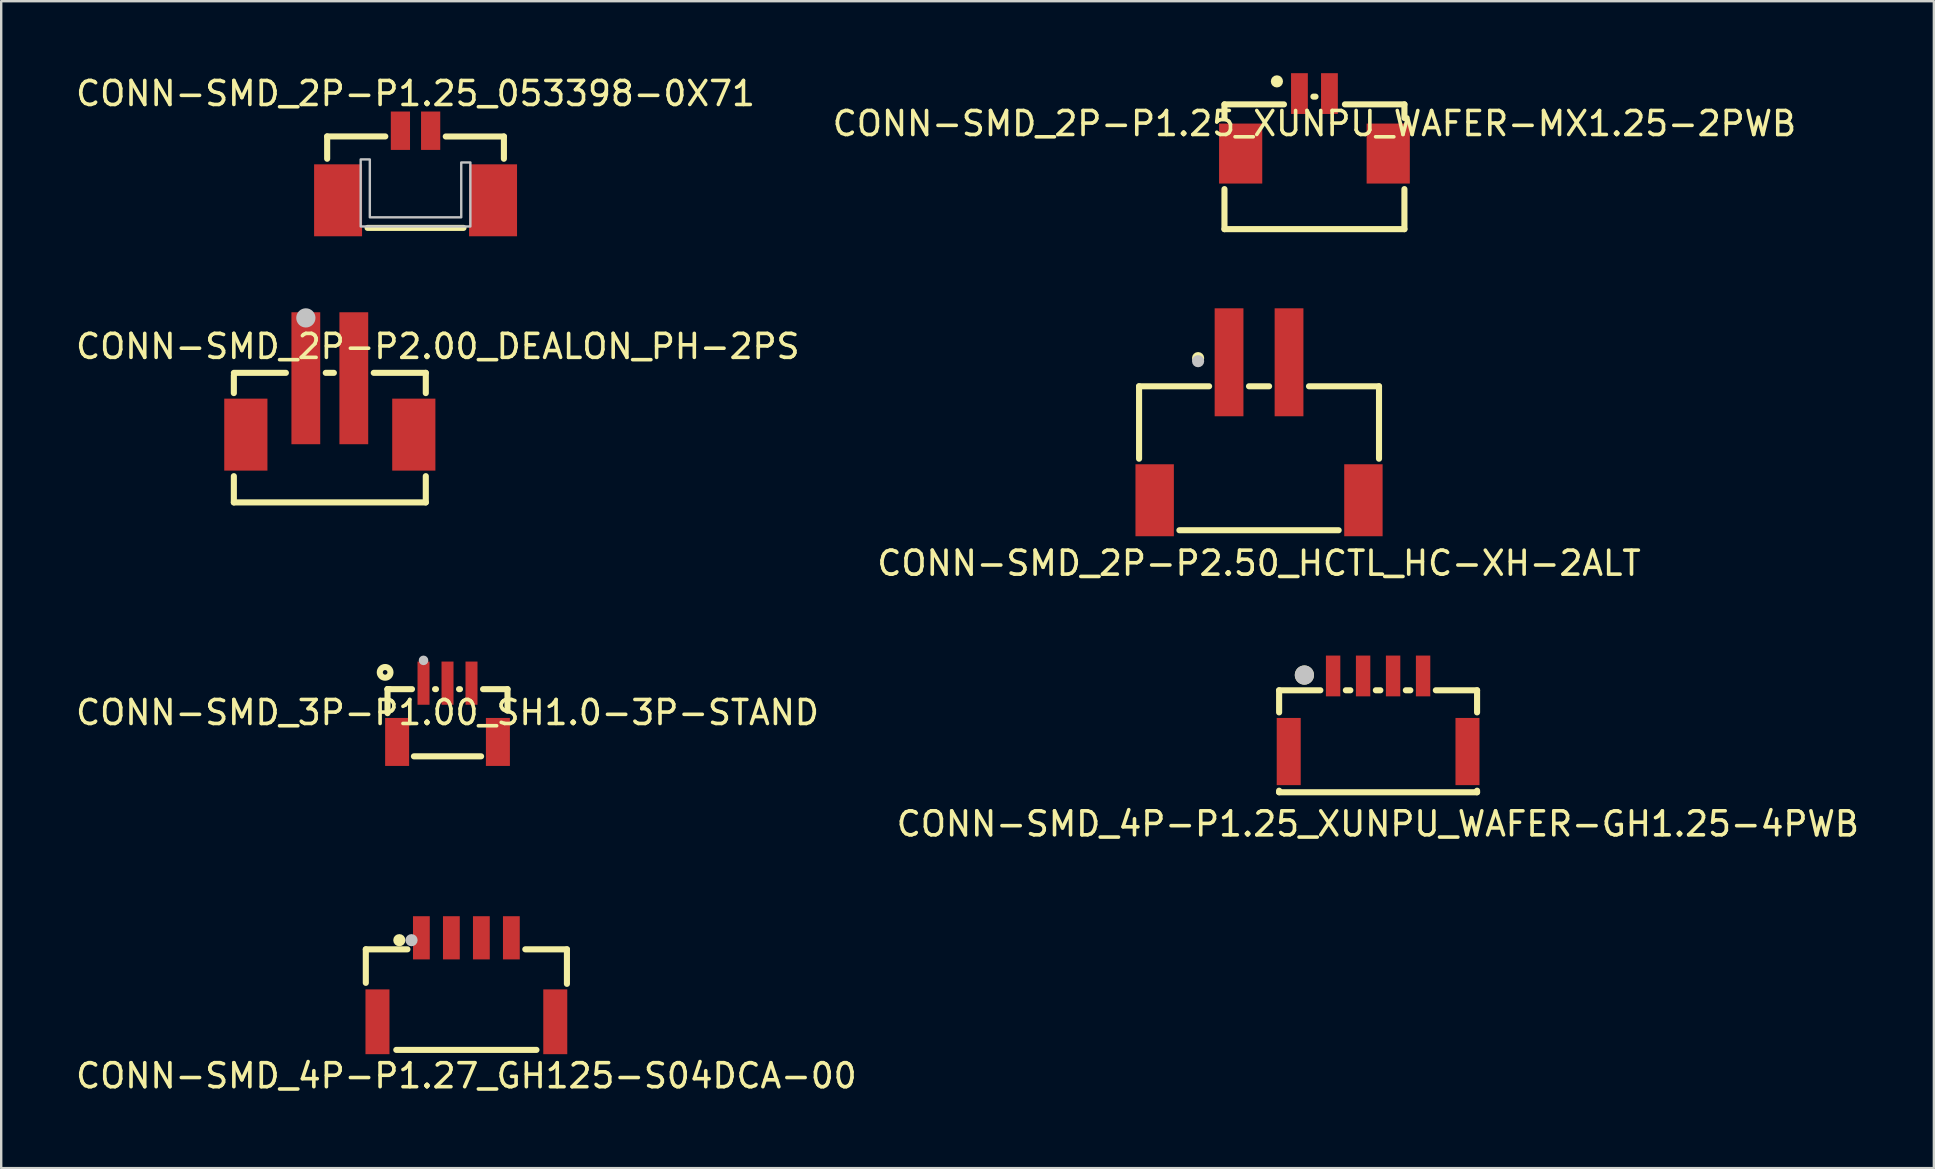
<source format=kicad_pcb>
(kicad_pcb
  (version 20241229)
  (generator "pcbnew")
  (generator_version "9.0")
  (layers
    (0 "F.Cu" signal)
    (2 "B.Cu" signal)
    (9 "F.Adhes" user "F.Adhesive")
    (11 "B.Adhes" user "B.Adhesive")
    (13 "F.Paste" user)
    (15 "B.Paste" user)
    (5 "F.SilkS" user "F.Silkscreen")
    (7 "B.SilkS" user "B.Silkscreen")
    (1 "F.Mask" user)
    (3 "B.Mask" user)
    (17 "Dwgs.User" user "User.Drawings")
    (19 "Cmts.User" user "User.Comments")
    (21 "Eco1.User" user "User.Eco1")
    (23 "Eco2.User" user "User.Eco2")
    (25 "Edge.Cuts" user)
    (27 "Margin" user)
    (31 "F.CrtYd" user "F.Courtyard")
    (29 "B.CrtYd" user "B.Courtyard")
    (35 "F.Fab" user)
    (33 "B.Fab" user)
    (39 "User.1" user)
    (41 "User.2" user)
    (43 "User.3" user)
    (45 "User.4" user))
  (footprint "CONN-SMD_2P-P1.25_053398-0X71"
    (layer "F.Cu")
    (at 14.268 3.848)
    (property "Reference" "CONN-SMD_2P-P1.25_053398-0X71" (at 0 -3 0) (layer "F.SilkS") (effects (font (size 1 1) (thickness 0.15))))
    (fp_line (start -3.683 -1.212) (end -3.683 -0.282) (stroke (width 0.254) (type default)) (layer "F.SilkS"))
    (fp_line (start -1.999 2.601) (end 1.999 2.601) (stroke (width 0.254) (type default)) (layer "F.SilkS"))
    (fp_line (start -1.26 -1.212) (end -3.683 -1.212) (stroke (width 0.254) (type default)) (layer "F.SilkS"))
    (fp_line (start 3.683 -1.209) (end 1.26 -1.209) (stroke (width 0.254) (type default)) (layer "F.SilkS"))
    (fp_line (start 3.683 -0.282) (end 3.683 -1.209) (stroke (width 0.254) (type default)) (layer "F.SilkS"))
    (fp_poly (pts (xy -2.286 -0.254) (xy -1.905 -0.254) (xy -1.905 2.159) (xy 1.905 2.159) (xy 1.905 -0.127) (xy 2.286 -0.127) (xy 2.286 2.54) (xy -2.286 2.54)) (stroke (width 0.1) (type default)) (fill no) (layer "Dwgs.User"))
    (fp_poly (pts (xy -2.324 0.35) (xy -2.324 2.55) (xy -3.825 2.55) (xy -3.825 0.35)) (stroke (width 0.1) (type default)) (fill no) (layer "User.1"))
    (fp_poly (pts (xy -0.47 -1.646) (xy -0.47 -0.996) (xy -0.79 -0.996) (xy -0.79 -1.646)) (stroke (width 0.1) (type default)) (fill no) (layer "User.1"))
    (fp_poly (pts (xy 0.79 -1.646) (xy 0.79 -0.996) (xy 0.47 -0.996) (xy 0.47 -1.646)) (stroke (width 0.1) (type default)) (fill no) (layer "User.1"))
    (fp_poly (pts (xy 3.825 0.35) (xy 3.825 2.55) (xy 2.324 2.55) (xy 2.324 0.35)) (stroke (width 0.1) (type default)) (fill no) (layer "User.1"))
    (fp_line (start -3.624 -1.145) (end 3.624 -1.145) (stroke (width 0.051) (type default)) (layer "User.2"))
    (fp_line (start -3.624 2.555) (end -3.624 -1.145) (stroke (width 0.051) (type default)) (layer "User.2"))
    (fp_line (start 3.624 -1.145) (end 3.624 2.555) (stroke (width 0.051) (type default)) (layer "User.2"))
    (fp_line (start 3.624 2.555) (end -3.624 2.555) (stroke (width 0.051) (type default)) (layer "User.2"))
    (fp_poly (pts (xy -3.764 -1.646) (xy -3.782 -1.689) (xy -3.825 -1.707) (xy -3.868 -1.689) (xy -3.886 -1.646) (xy -3.868 -1.603) (xy -3.825 -1.585) (xy -3.782 -1.603)) (stroke (width 0.1) (type default)) (fill no) (layer "User.3"))
    (pad "1" smd rect (at -0.63 -1.45 90) (size 1.6 0.8) (layers "F.Cu" "F.Mask" "F.Paste"))
    (pad "2" smd rect (at 0.63 -1.45 90) (size 1.6 0.8) (layers "F.Cu" "F.Mask" "F.Paste"))
    (pad "3" smd rect (at 3.231 1.45 90) (size 2.999 1.999) (layers "F.Cu" "F.Mask" "F.Paste"))
    (pad "4" smd rect (at -3.228 1.45 90) (size 2.999 1.999) (layers "F.Cu" "F.Mask" "F.Paste")))
  (footprint "CONN-SMD_2P-P2.50_HCTL_HC-XH-2ALT"
    (layer "F.Cu")
    (at 49.423 14.924)
    (property "Reference" "CONN-SMD_2P-P2.50_HCTL_HC-XH-2ALT" (at 0 5.5 0) (layer "F.SilkS") (effects (font (size 1 1) (thickness 0.15))))
    (fp_line (start -5 -1.875) (end -5 1.144) (stroke (width 0.254) (type default)) (layer "F.SilkS"))
    (fp_line (start -5 -1.875) (end -2.081 -1.875) (stroke (width 0.254) (type default)) (layer "F.SilkS"))
    (fp_line (start -3.319 4.125) (end 3.319 4.125) (stroke (width 0.254) (type default)) (layer "F.SilkS"))
    (fp_line (start -0.419 -1.875) (end 0.419 -1.875) (stroke (width 0.254) (type default)) (layer "F.SilkS"))
    (fp_line (start 2.081 -1.875) (end 5 -1.875) (stroke (width 0.254) (type default)) (layer "F.SilkS"))
    (fp_line (start 5 -1.875) (end 5 1.144) (stroke (width 0.254) (type default)) (layer "F.SilkS"))
    (fp_circle (center -2.54 -3.048) (end -2.413 -3.048) (stroke (width 0.254) (type default)) (fill no) (layer "F.SilkS"))
    (fp_circle (center -2.54 -2.921) (end -2.413 -2.921) (stroke (width 0.254) (type default)) (fill no) (layer "Dwgs.User"))
    (fp_poly (pts (xy -4.85 1.875) (xy -3.85 1.875) (xy -3.85 3.875) (xy -4.85 3.875)) (stroke (width 0.1) (type default)) (fill no) (layer "User.1"))
    (fp_poly (pts (xy -1.57 -4.275) (xy -0.93 -4.275) (xy -0.93 -1.275) (xy -1.57 -1.275)) (stroke (width 0.1) (type default)) (fill no) (layer "User.1"))
    (fp_poly (pts (xy 0.93 -4.275) (xy 1.57 -4.275) (xy 1.57 -1.275) (xy 0.93 -1.275)) (stroke (width 0.1) (type default)) (fill no) (layer "User.1"))
    (fp_poly (pts (xy 3.85 1.875) (xy 4.85 1.875) (xy 4.85 3.875) (xy 3.85 3.875)) (stroke (width 0.1) (type default)) (fill no) (layer "User.1"))
    (fp_line (start -5 -1.875) (end 5 -1.875) (stroke (width 0.051) (type default)) (layer "User.2"))
    (fp_line (start -5 4.125) (end -5 -1.875) (stroke (width 0.051) (type default)) (layer "User.2"))
    (fp_line (start 5 -1.875) (end 5 4.125) (stroke (width 0.051) (type default)) (layer "User.2"))
    (fp_line (start 5 4.125) (end -5 4.125) (stroke (width 0.051) (type default)) (layer "User.2"))
    (fp_poly (pts (xy -4.94 -4.275) (xy -4.958 -4.317) (xy -5 -4.335) (xy -5.042 -4.317) (xy -5.06 -4.275) (xy -5.042 -4.233) (xy -5 -4.215) (xy -4.958 -4.233)) (stroke (width 0.1) (type default)) (fill no) (layer "User.3"))
    (pad "1" smd rect (at -1.25 -2.875) (size 1.2 4.5) (layers "F.Cu" "F.Mask" "F.Paste"))
    (pad "2" smd rect (at 1.25 -2.875) (size 1.2 4.5) (layers "F.Cu" "F.Mask" "F.Paste"))
    (pad "3" smd rect (at 4.35 2.875) (size 1.6 3) (layers "F.Cu" "F.Mask" "F.Paste"))
    (pad "4" smd rect (at -4.35 2.875) (size 1.6 3) (layers "F.Cu" "F.Mask" "F.Paste")))
  (footprint "CONN-SMD_2P-P2.00_DEALON_PH-2PS"
    (layer "F.Cu")
    (at 10.696 13.889)
    (property "Reference" "CONN-SMD_2P-P2.00_DEALON_PH-2PS" (at 4.5 -2.5 0) (layer "F.SilkS") (effects (font (size 1 1) (thickness 0.15))))
    (fp_line (start -4 -1.4) (end -1.831 -1.4) (stroke (width 0.254) (type default)) (layer "F.SilkS"))
    (fp_line (start -4 -0.556) (end -4 -1.3) (stroke (width 0.254) (type default)) (layer "F.SilkS"))
    (fp_line (start -4 4) (end -4 2.906) (stroke (width 0.254) (type default)) (layer "F.SilkS"))
    (fp_line (start -0.169 -1.4) (end 0.169 -1.4) (stroke (width 0.254) (type default)) (layer "F.SilkS"))
    (fp_line (start 1.831 -1.4) (end 4 -1.4) (stroke (width 0.254) (type default)) (layer "F.SilkS"))
    (fp_line (start 4 -1.4) (end 4 -0.556) (stroke (width 0.254) (type default)) (layer "F.SilkS"))
    (fp_line (start 4 2.906) (end 4 4) (stroke (width 0.254) (type default)) (layer "F.SilkS"))
    (fp_line (start 4 4) (end -4 4) (stroke (width 0.254) (type default)) (layer "F.SilkS"))
    (fp_circle (center -0.999 -3.69) (end -0.798 -3.69) (stroke (width 0.4) (type default)) (fill no) (layer "Dwgs.User"))
    (fp_poly (pts (xy -3.975 0.175) (xy -2.775 0.175) (xy -2.775 2.175) (xy -3.975 2.175)) (stroke (width 0.1) (type default)) (fill no) (layer "User.1"))
    (fp_poly (pts (xy -1.25 -3.393) (xy -0.75 -3.393) (xy -0.75 0.608) (xy -1.25 0.608)) (stroke (width 0.1) (type default)) (fill no) (layer "User.1"))
    (fp_poly (pts (xy 0.75 -3.393) (xy 1.25 -3.393) (xy 1.25 0.608) (xy 0.75 0.608)) (stroke (width 0.1) (type default)) (fill no) (layer "User.1"))
    (fp_poly (pts (xy 2.775 0.175) (xy 3.975 0.175) (xy 3.975 2.175) (xy 2.775 2.175)) (stroke (width 0.1) (type default)) (fill no) (layer "User.1"))
    (fp_line (start -3.975 -1.405) (end 3.975 -1.405) (stroke (width 0.051) (type default)) (layer "User.2"))
    (fp_line (start -3.975 3.995) (end -3.975 -1.405) (stroke (width 0.051) (type default)) (layer "User.2"))
    (fp_line (start 3.975 -1.405) (end 3.975 3.995) (stroke (width 0.051) (type default)) (layer "User.2"))
    (fp_line (start 3.975 3.995) (end -3.975 3.995) (stroke (width 0.051) (type default)) (layer "User.2"))
    (fp_poly (pts (xy -3.915 -3.393) (xy -3.933 -3.435) (xy -3.975 -3.453) (xy -4.017 -3.435) (xy -4.035 -3.393) (xy -4.017 -3.35) (xy -3.975 -3.333) (xy -3.933 -3.35)) (stroke (width 0.1) (type default)) (fill no) (layer "User.3"))
    (pad "1" smd rect (at -1 -1.175) (size 1.2 5.5) (layers "F.Cu" "F.Mask" "F.Paste"))
    (pad "2" smd rect (at 1 -1.175) (size 1.2 5.5) (layers "F.Cu" "F.Mask" "F.Paste"))
    (pad "3" smd rect (at -3.5 1.175) (size 1.8 3) (layers "F.Cu" "F.Mask" "F.Paste"))
    (pad "4" smd rect (at 3.5 1.175) (size 1.8 3) (layers "F.Cu" "F.Mask" "F.Paste")))
  (footprint "CONN-SMD_4P-P1.25_XUNPU_WAFER-GH1.25-4PWB"
    (layer "F.Cu")
    (at 54.385 26.697)
    (property "Reference" "CONN-SMD_4P-P1.25_XUNPU_WAFER-GH1.25-4PWB" (at -0.01 4.59 0) (layer "F.SilkS") (effects (font (size 1 1) (thickness 0.15))))
    (fp_line (start -4.125 -0.978) (end -2.406 -0.978) (stroke (width 0.254) (type default)) (layer "F.SilkS"))
    (fp_line (start -4.125 -0.056) (end -4.125 -0.978) (stroke (width 0.254) (type default)) (layer "F.SilkS"))
    (fp_line (start -4.125 3.272) (end -4.125 3.206) (stroke (width 0.254) (type default)) (layer "F.SilkS"))
    (fp_line (start -4.125 3.272) (end 4.125 3.272) (stroke (width 0.254) (type default)) (layer "F.SilkS"))
    (fp_line (start -1.344 -0.978) (end -1.156 -0.978) (stroke (width 0.254) (type default)) (layer "F.SilkS"))
    (fp_line (start -0.094 -0.978) (end 0.094 -0.978) (stroke (width 0.254) (type default)) (layer "F.SilkS"))
    (fp_line (start 1.156 -0.978) (end 1.344 -0.978) (stroke (width 0.254) (type default)) (layer "F.SilkS"))
    (fp_line (start 4.125 -0.978) (end 2.406 -0.978) (stroke (width 0.254) (type default)) (layer "F.SilkS"))
    (fp_line (start 4.125 -0.056) (end 4.125 -0.978) (stroke (width 0.254) (type default)) (layer "F.SilkS"))
    (fp_line (start 4.125 3.272) (end 4.125 3.206) (stroke (width 0.254) (type default)) (layer "F.SilkS"))
    (fp_circle (center -3.072 -1.613) (end -2.872 -1.613) (stroke (width 0.4) (type default)) (fill no) (layer "F.SilkS"))
    (fp_circle (center -3.072 -1.613) (end -2.872 -1.613) (stroke (width 0.4) (type default)) (fill no) (layer "Dwgs.User"))
    (fp_poly (pts (xy -3.825 0.775) (xy -3.625 0.775) (xy -3.625 2.775) (xy -3.825 2.775)) (stroke (width 0.1) (type default)) (fill no) (layer "User.1"))
    (fp_poly (pts (xy -1.975 -1.765) (xy -1.775 -1.765) (xy -1.775 -0.665) (xy -1.975 -0.665)) (stroke (width 0.1) (type default)) (fill no) (layer "User.1"))
    (fp_poly (pts (xy -0.725 -1.765) (xy -0.525 -1.765) (xy -0.525 -0.665) (xy -0.725 -0.665)) (stroke (width 0.1) (type default)) (fill no) (layer "User.1"))
    (fp_poly (pts (xy 0.525 -1.765) (xy 0.725 -1.765) (xy 0.725 -0.665) (xy 0.525 -0.665)) (stroke (width 0.1) (type default)) (fill no) (layer "User.1"))
    (fp_poly (pts (xy 1.775 -1.765) (xy 1.975 -1.765) (xy 1.975 -0.665) (xy 1.775 -0.665)) (stroke (width 0.1) (type default)) (fill no) (layer "User.1"))
    (fp_poly (pts (xy 3.625 0.775) (xy 3.825 0.775) (xy 3.825 2.775) (xy 3.625 2.775)) (stroke (width 0.1) (type default)) (fill no) (layer "User.1"))
    (fp_line (start -4.125 -0.815) (end 4.125 -0.815) (stroke (width 0.051) (type default)) (layer "User.2"))
    (fp_line (start -4.125 3.235) (end -4.125 -0.815) (stroke (width 0.051) (type default)) (layer "User.2"))
    (fp_line (start 4.125 -0.815) (end 4.125 3.235) (stroke (width 0.051) (type default)) (layer "User.2"))
    (fp_line (start 4.125 3.235) (end -4.125 3.235) (stroke (width 0.051) (type default)) (layer "User.2"))
    (fp_poly (pts (xy -4.065 -1.765) (xy -4.083 -1.807) (xy -4.125 -1.825) (xy -4.167 -1.807) (xy -4.185 -1.765) (xy -4.167 -1.723) (xy -4.125 -1.705) (xy -4.083 -1.723)) (stroke (width 0.1) (type default)) (fill no) (layer "User.3"))
    (pad "1" smd rect (at -1.875 -1.575) (size 0.6 1.7) (layers "F.Cu" "F.Mask" "F.Paste"))
    (pad "2" smd rect (at -0.625 -1.575) (size 0.6 1.7) (layers "F.Cu" "F.Mask" "F.Paste"))
    (pad "3" smd rect (at 0.625 -1.575) (size 0.6 1.7) (layers "F.Cu" "F.Mask" "F.Paste"))
    (pad "4" smd rect (at 1.875 -1.575) (size 0.6 1.7) (layers "F.Cu" "F.Mask" "F.Paste"))
    (pad "5" smd rect (at 3.725 1.575) (size 1 2.8) (layers "F.Cu" "F.Mask" "F.Paste"))
    (pad "6" smd rect (at -3.725 1.575) (size 1 2.8) (layers "F.Cu" "F.Mask" "F.Paste")))
  (footprint "CONN-SMD_2P-P1.25_XUNPU_WAFER-MX1.25-2PWB"
    (layer "F.Cu")
    (at 51.732 2.1)
    (property "Reference" "CONN-SMD_2P-P1.25_XUNPU_WAFER-MX1.25-2PWB" (at 0 0 0) (layer "F.SilkS") (effects (font (size 1 1) (thickness 0.15))))
    (fp_line (start -3.75 -0.8) (end -3.75 -0.231) (stroke (width 0.254) (type default)) (layer "F.SilkS"))
    (fp_line (start -3.75 -0.8) (end -1.27 -0.8) (stroke (width 0.254) (type default)) (layer "F.SilkS"))
    (fp_line (start -3.75 2.731) (end -3.75 4.4) (stroke (width 0.254) (type default)) (layer "F.SilkS"))
    (fp_line (start -3.75 4.4) (end 3.75 4.4) (stroke (width 0.254) (type default)) (layer "F.SilkS"))
    (fp_line (start -0.043 -1.123) (end 0.044 -1.123) (stroke (width 0.254) (type default)) (layer "F.SilkS"))
    (fp_line (start 1.27 -0.8) (end 3.75 -0.8) (stroke (width 0.254) (type default)) (layer "F.SilkS"))
    (fp_line (start 3.75 -0.231) (end 3.75 -0.8) (stroke (width 0.254) (type default)) (layer "F.SilkS"))
    (fp_line (start 3.75 4.4) (end 3.75 2.731) (stroke (width 0.254) (type default)) (layer "F.SilkS"))
    (fp_circle (center -1.564 -1.758) (end -1.437 -1.758) (stroke (width 0.254) (type default)) (fill no) (layer "F.SilkS"))
    (pad "1" smd rect (at -0.625 -1.25) (size 0.7 1.7) (layers "F.Cu" "F.Mask" "F.Paste"))
    (pad "2" smd rect (at 0.625 -1.25) (size 0.7 1.7) (layers "F.Cu" "F.Mask" "F.Paste"))
    (pad "3" smd rect (at 3.075 1.25) (size 1.8 2.5) (layers "F.Cu" "F.Mask" "F.Paste"))
    (pad "4" smd rect (at -3.075 1.25) (size 1.8 2.5) (layers "F.Cu" "F.Mask" "F.Paste")))
  (footprint "CONN-SMD_4P-P1.27_GH125-S04DCA-00"
    (layer "F.Cu")
    (at 16.387 37.785)
    (property "Reference" "CONN-SMD_4P-P1.27_GH125-S04DCA-00" (at 0 4 0) (layer "F.SilkS") (effects (font (size 1 1) (thickness 0.15))))
    (fp_line (start -4.191 -1.27) (end -4.191 0.127) (stroke (width 0.254) (type default)) (layer "F.SilkS"))
    (fp_line (start -2.921 2.921) (end 2.921 2.921) (stroke (width 0.254) (type default)) (layer "F.SilkS"))
    (fp_line (start -2.456 -1.27) (end -4.191 -1.27) (stroke (width 0.254) (type default)) (layer "F.SilkS"))
    (fp_line (start 2.456 -1.27) (end 4.191 -1.27) (stroke (width 0.254) (type default)) (layer "F.SilkS"))
    (fp_line (start 4.191 -1.27) (end 4.191 0.169) (stroke (width 0.254) (type default)) (layer "F.SilkS"))
    (fp_circle (center -2.794 -1.651) (end -2.667 -1.651) (stroke (width 0.254) (type default)) (fill no) (layer "F.SilkS"))
    (fp_circle (center -2.286 -1.651) (end -2.159 -1.651) (stroke (width 0.254) (type default)) (fill no) (layer "Dwgs.User"))
    (fp_poly (pts (xy -3.805 0.9) (xy -3.605 0.9) (xy -3.605 2.9) (xy -3.805 2.9)) (stroke (width 0.1) (type default)) (fill no) (layer "User.1"))
    (fp_poly (pts (xy -1.975 -1.95) (xy -1.775 -1.95) (xy -1.775 -0.95) (xy -1.975 -0.95)) (stroke (width 0.1) (type default)) (fill no) (layer "User.1"))
    (fp_poly (pts (xy -0.725 -1.95) (xy -0.525 -1.95) (xy -0.525 -0.95) (xy -0.725 -0.95)) (stroke (width 0.1) (type default)) (fill no) (layer "User.1"))
    (fp_poly (pts (xy 0.525 -1.95) (xy 0.725 -1.95) (xy 0.725 -0.95) (xy 0.525 -0.95)) (stroke (width 0.1) (type default)) (fill no) (layer "User.1"))
    (fp_poly (pts (xy 1.775 -1.95) (xy 1.975 -1.95) (xy 1.975 -0.95) (xy 1.775 -0.95)) (stroke (width 0.1) (type default)) (fill no) (layer "User.1"))
    (fp_poly (pts (xy 3.805 2.9) (xy 3.605 2.9) (xy 3.605 0.9) (xy 3.805 0.9)) (stroke (width 0.1) (type default)) (fill no) (layer "User.1"))
    (fp_line (start -4.15 -1.15) (end 4.15 -1.15) (stroke (width 0.051) (type default)) (layer "User.2"))
    (fp_line (start -4.15 2.9) (end -4.15 -1.15) (stroke (width 0.051) (type default)) (layer "User.2"))
    (fp_line (start 4.15 -1.15) (end 4.15 2.9) (stroke (width 0.051) (type default)) (layer "User.2"))
    (fp_line (start 4.15 2.9) (end -4.15 2.9) (stroke (width 0.051) (type default)) (layer "User.2"))
    (fp_poly (pts (xy -4.09 -1.95) (xy -4.108 -1.992) (xy -4.15 -2.01) (xy -4.192 -1.992) (xy -4.21 -1.95) (xy -4.192 -1.908) (xy -4.15 -1.89) (xy -4.108 -1.908)) (stroke (width 0.1) (type default)) (fill no) (layer "User.3"))
    (pad "1" smd rect (at -1.875 -1.75) (size 0.7 1.8) (layers "F.Cu" "F.Mask" "F.Paste"))
    (pad "2" smd rect (at -0.625 -1.75) (size 0.7 1.8) (layers "F.Cu" "F.Mask" "F.Paste"))
    (pad "3" smd rect (at 0.625 -1.75) (size 0.7 1.8) (layers "F.Cu" "F.Mask" "F.Paste"))
    (pad "4" smd rect (at 1.875 -1.75) (size 0.7 1.8) (layers "F.Cu" "F.Mask" "F.Paste"))
    (pad "5" smd rect (at 3.705 1.75 180) (size 1 2.7) (layers "F.Cu" "F.Mask" "F.Paste"))
    (pad "6" smd rect (at -3.705 1.75) (size 1 2.7) (layers "F.Cu" "F.Mask" "F.Paste")))
  (footprint "CONN-SMD_3P-P1.00_SH1.0-3P-STAND"
    (layer "F.Cu")
    (at 15.601 26.647)
    (property "Reference" "CONN-SMD_3P-P1.00_SH1.0-3P-STAND" (at 0 0 0) (layer "F.SilkS") (effects (font (size 1 1) (thickness 0.15))))
    (fp_line (start -2.5 -0.975) (end -2.5 0.025) (stroke (width 0.254) (type default)) (layer "F.SilkS"))
    (fp_line (start -2.5 -0.975) (end -1.481 -0.975) (stroke (width 0.254) (type default)) (layer "F.SilkS"))
    (fp_line (start -2.412 -0.975) (end -2.5 -0.975) (stroke (width 0.254) (type default)) (layer "F.SilkS"))
    (fp_line (start -1.4 1.825) (end 1.4 1.825) (stroke (width 0.254) (type default)) (layer "F.SilkS"))
    (fp_line (start -0.519 -0.975) (end -0.481 -0.975) (stroke (width 0.254) (type default)) (layer "F.SilkS"))
    (fp_line (start 0.481 -0.975) (end 0.519 -0.975) (stroke (width 0.254) (type default)) (layer "F.SilkS"))
    (fp_line (start 1.481 -0.975) (end 2.5 -0.975) (stroke (width 0.254) (type default)) (layer "F.SilkS"))
    (fp_line (start 2.5 -0.975) (end 2.5 -0.075) (stroke (width 0.254) (type default)) (layer "F.SilkS"))
    (fp_circle (center -2.6 -1.675) (end -2.377 -1.675) (stroke (width 0.254) (type default)) (fill no) (layer "F.SilkS"))
    (fp_circle (center -1 -2.175) (end -0.9 -2.175) (stroke (width 0.2) (type default)) (fill no) (layer "Dwgs.User"))
    (fp_poly (pts (xy -2.2 0.675) (xy -2 0.675) (xy -2 1.775) (xy -2.2 1.775)) (stroke (width 0.1) (type default)) (fill no) (layer "User.1"))
    (fp_poly (pts (xy -1.1 -1.525) (xy -0.9 -1.525) (xy -0.9 -0.425) (xy -1.1 -0.425)) (stroke (width 0.1) (type default)) (fill no) (layer "User.1"))
    (fp_poly (pts (xy -0.1 -1.525) (xy 0.1 -1.525) (xy 0.1 -0.425) (xy -0.1 -0.425)) (stroke (width 0.1) (type default)) (fill no) (layer "User.1"))
    (fp_poly (pts (xy 0.9 -1.525) (xy 1.1 -1.525) (xy 1.1 -0.425) (xy 0.9 -0.425)) (stroke (width 0.1) (type default)) (fill no) (layer "User.1"))
    (fp_poly (pts (xy 2 0.675) (xy 2.2 0.675) (xy 2.2 1.775) (xy 2 1.775)) (stroke (width 0.1) (type default)) (fill no) (layer "User.1"))
    (fp_line (start -2.5 -1.025) (end 2.5 -1.025) (stroke (width 0.051) (type default)) (layer "User.2"))
    (fp_line (start -2.5 1.875) (end -2.5 -1.025) (stroke (width 0.051) (type default)) (layer "User.2"))
    (fp_line (start 2.5 -1.025) (end 2.5 1.875) (stroke (width 0.051) (type default)) (layer "User.2"))
    (fp_line (start 2.5 1.875) (end -2.5 1.875) (stroke (width 0.051) (type default)) (layer "User.2"))
    (fp_poly (pts (xy -2.44 -1.525) (xy -2.458 -1.567) (xy -2.5 -1.585) (xy -2.542 -1.567) (xy -2.56 -1.525) (xy -2.542 -1.483) (xy -2.5 -1.465) (xy -2.458 -1.483)) (stroke (width 0.1) (type default)) (fill no) (layer "User.3"))
    (pad "1" smd rect (at -1 -1.225) (size 0.5 1.8) (layers "F.Cu" "F.Mask" "F.Paste"))
    (pad "2" smd rect (at 0 -1.225) (size 0.5 1.8) (layers "F.Cu" "F.Mask" "F.Paste"))
    (pad "3" smd rect (at 1 -1.225) (size 0.5 1.8) (layers "F.Cu" "F.Mask" "F.Paste"))
    (pad "4" smd rect (at 2.1 1.225) (size 1 2) (layers "F.Cu" "F.Mask" "F.Paste"))
    (pad "5" smd rect (at -2.1 1.225) (size 1 2) (layers "F.Cu" "F.Mask" "F.Paste")))
  (gr_rect
    (start -3 -3)
    (end 77.548 45.633)
    (stroke (width 0.1) (type default))
    (fill no)
    (layer "Edge.Cuts")))
</source>
